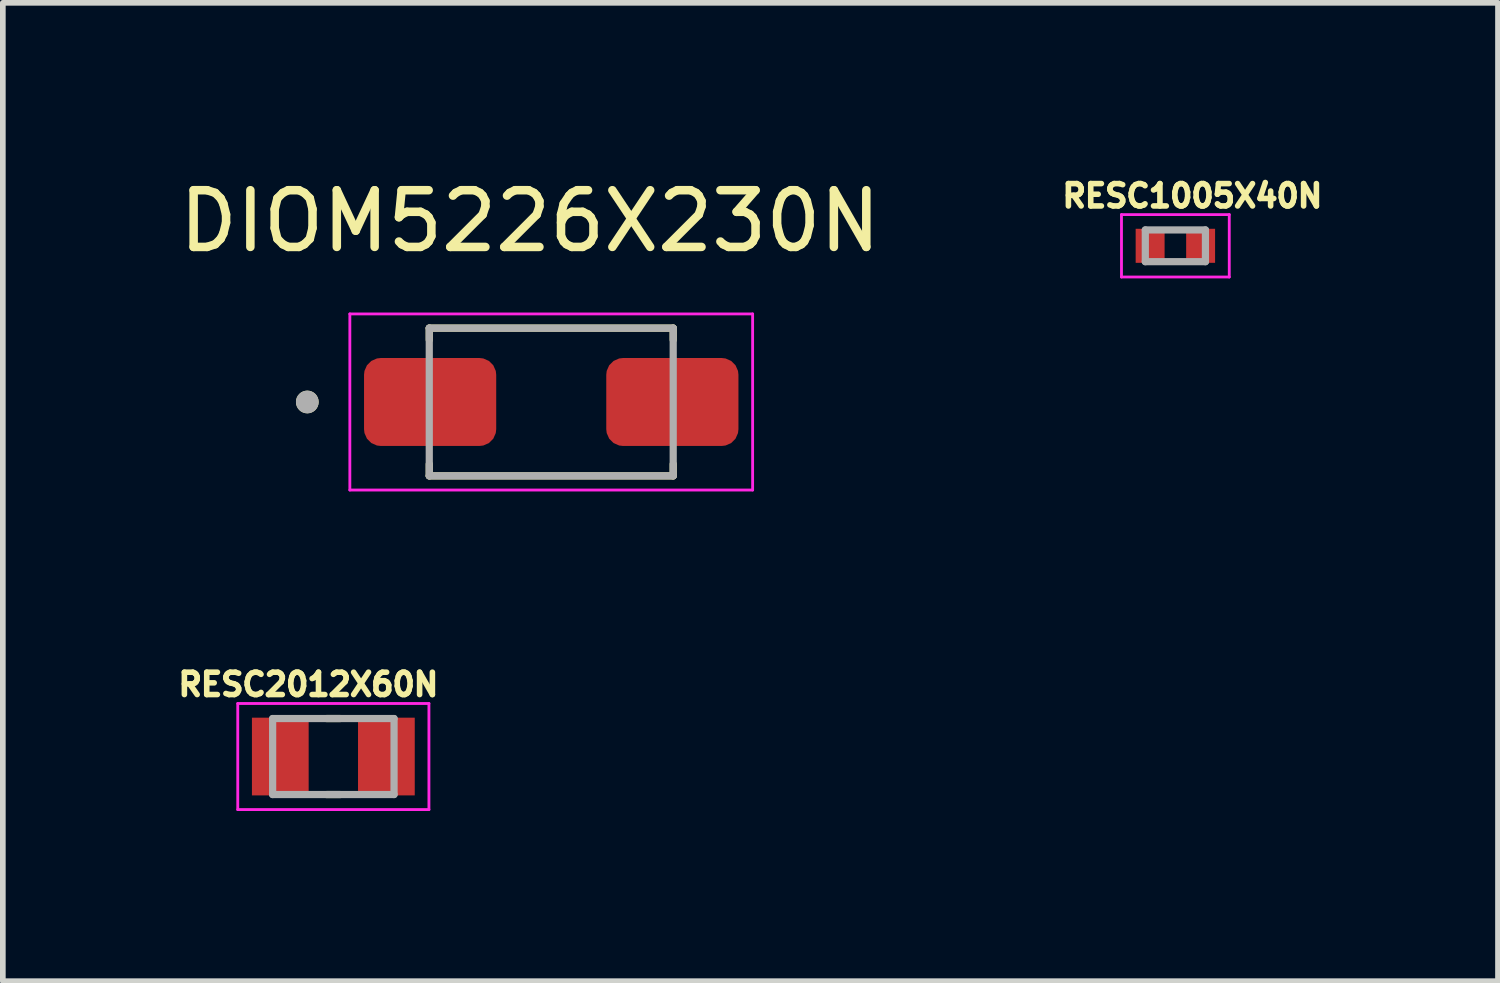
<source format=kicad_pcb>
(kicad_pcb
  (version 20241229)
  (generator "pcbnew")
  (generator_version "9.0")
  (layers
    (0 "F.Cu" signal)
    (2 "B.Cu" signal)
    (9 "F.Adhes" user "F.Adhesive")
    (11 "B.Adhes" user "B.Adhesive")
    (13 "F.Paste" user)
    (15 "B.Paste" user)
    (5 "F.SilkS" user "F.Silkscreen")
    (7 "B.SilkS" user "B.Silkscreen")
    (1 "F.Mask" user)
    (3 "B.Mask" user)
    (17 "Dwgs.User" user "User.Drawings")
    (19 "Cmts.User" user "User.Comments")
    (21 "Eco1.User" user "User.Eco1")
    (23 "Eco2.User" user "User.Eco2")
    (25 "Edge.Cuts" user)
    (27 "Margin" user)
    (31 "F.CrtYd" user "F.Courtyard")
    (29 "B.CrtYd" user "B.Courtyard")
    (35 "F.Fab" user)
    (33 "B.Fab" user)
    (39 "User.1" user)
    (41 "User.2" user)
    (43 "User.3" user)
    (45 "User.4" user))
  (footprint "RESC1005X40N"
    (layer "F.Cu")
    (at 17.669 1.283)
    (property "Reference" "RESC1005X40N" (at 0.3 -0.88 0) (layer "F.SilkS") (effects (font (size 0.394 0.394) (thickness 0.15))))
    (attr smd)
    (fp_line (start -0.95 -0.55) (end 0.95 -0.55) (stroke (width 0.05) (type solid)) (layer "F.CrtYd"))
    (fp_line (start -0.95 0.55) (end -0.95 -0.55) (stroke (width 0.05) (type solid)) (layer "F.CrtYd"))
    (fp_line (start -0.95 0.55) (end 0.95 0.55) (stroke (width 0.05) (type solid)) (layer "F.CrtYd"))
    (fp_line (start 0.95 0.55) (end 0.95 -0.55) (stroke (width 0.05) (type solid)) (layer "F.CrtYd"))
    (fp_line (start -0.53 0.28) (end -0.53 -0.28) (stroke (width 0.127) (type solid)) (layer "F.Fab"))
    (fp_line (start 0.53 -0.28) (end -0.53 -0.28) (stroke (width 0.127) (type solid)) (layer "F.Fab"))
    (fp_line (start 0.53 0.28) (end -0.53 0.28) (stroke (width 0.127) (type solid)) (layer "F.Fab"))
    (fp_line (start 0.53 0.28) (end 0.53 -0.28) (stroke (width 0.127) (type solid)) (layer "F.Fab"))
    (pad "1" smd rect (at -0.445 0) (size 0.51 0.6) (layers "F.Cu" "F.Mask" "F.Paste"))
    (pad "2" smd rect (at 0.445 0) (size 0.51 0.6) (layers "F.Cu" "F.Mask" "F.Paste")))
  (footprint "DIOM5226X230N"
    (layer "F.Cu")
    (at 6.667 4.036)
    (property "Reference" "DIOM5226X230N" (at -0.375 -3.188 0) (layer "F.SilkS") (effects (font (size 1 1) (thickness 0.15))))
    (attr smd)
    (fp_line (start -2.15 -1.302) (end 2.15 -1.302) (stroke (width 0.127) (type solid)) (layer "F.SilkS"))
    (fp_line (start -2.15 -1.095) (end -2.15 -1.302) (stroke (width 0.127) (type solid)) (layer "F.SilkS"))
    (fp_line (start -2.15 1.302) (end -2.15 1.095) (stroke (width 0.127) (type solid)) (layer "F.SilkS"))
    (fp_line (start 2.15 -1.302) (end 2.15 -1.095) (stroke (width 0.127) (type solid)) (layer "F.SilkS"))
    (fp_line (start 2.15 1.302) (end -2.15 1.302) (stroke (width 0.127) (type solid)) (layer "F.SilkS"))
    (fp_line (start 2.15 1.302) (end 2.15 1.095) (stroke (width 0.127) (type solid)) (layer "F.SilkS"))
    (fp_circle (center -4.3 0) (end -4.2 0) (stroke (width 0.2) (type solid)) (fill no) (layer "F.SilkS"))
    (fp_line (start -3.55 -1.552) (end -3.55 1.552) (stroke (width 0.05) (type solid)) (layer "F.CrtYd"))
    (fp_line (start -3.55 1.552) (end 3.55 1.552) (stroke (width 0.05) (type solid)) (layer "F.CrtYd"))
    (fp_line (start 3.55 -1.552) (end -3.55 -1.552) (stroke (width 0.05) (type solid)) (layer "F.CrtYd"))
    (fp_line (start 3.55 1.552) (end 3.55 -1.552) (stroke (width 0.05) (type solid)) (layer "F.CrtYd"))
    (fp_line (start -2.15 -1.302) (end 2.15 -1.302) (stroke (width 0.127) (type solid)) (layer "F.Fab"))
    (fp_line (start -2.15 1.302) (end -2.15 -1.302) (stroke (width 0.127) (type solid)) (layer "F.Fab"))
    (fp_line (start 2.15 -1.302) (end 2.15 1.302) (stroke (width 0.127) (type solid)) (layer "F.Fab"))
    (fp_line (start 2.15 1.302) (end -2.15 1.302) (stroke (width 0.127) (type solid)) (layer "F.Fab"))
    (fp_circle (center -4.3 0) (end -4.2 0) (stroke (width 0.2) (type solid)) (fill no) (layer "F.Fab"))
    (pad "1" smd roundrect (at -2.135 0) (size 2.33 1.55) (layers "F.Cu" "F.Mask" "F.Paste") (roundrect_rratio 0.19))
    (pad "2" smd roundrect (at 2.135 0) (size 2.33 1.55) (layers "F.Cu" "F.Mask" "F.Paste") (roundrect_rratio 0.19)))
  (footprint "RESC2012X60N"
    (layer "F.Cu")
    (at 2.826 10.286)
    (property "Reference" "RESC2012X60N" (at -0.44 -1.27 0) (layer "F.SilkS") (effects (font (size 0.394 0.394) (thickness 0.15))))
    (attr smd)
    (fp_line (start -0.12 -0.67) (end 0.12 -0.67) (stroke (width 0.127) (type solid)) (layer "F.SilkS"))
    (fp_line (start -0.12 0.67) (end 0.12 0.67) (stroke (width 0.127) (type solid)) (layer "F.SilkS"))
    (fp_line (start -1.685 -0.935) (end 1.685 -0.935) (stroke (width 0.05) (type solid)) (layer "F.CrtYd"))
    (fp_line (start -1.685 0.935) (end -1.685 -0.935) (stroke (width 0.05) (type solid)) (layer "F.CrtYd"))
    (fp_line (start -1.685 0.935) (end 1.685 0.935) (stroke (width 0.05) (type solid)) (layer "F.CrtYd"))
    (fp_line (start 1.685 0.935) (end 1.685 -0.935) (stroke (width 0.05) (type solid)) (layer "F.CrtYd"))
    (fp_line (start -1.07 0.67) (end -1.07 -0.67) (stroke (width 0.127) (type solid)) (layer "F.Fab"))
    (fp_line (start 1.07 -0.67) (end -1.07 -0.67) (stroke (width 0.127) (type solid)) (layer "F.Fab"))
    (fp_line (start 1.07 0.67) (end -1.07 0.67) (stroke (width 0.127) (type solid)) (layer "F.Fab"))
    (fp_line (start 1.07 0.67) (end 1.07 -0.67) (stroke (width 0.127) (type solid)) (layer "F.Fab"))
    (pad "1" smd rect (at -0.935 0) (size 1 1.37) (layers "F.Cu" "F.Mask" "F.Paste"))
    (pad "2" smd rect (at 0.935 0) (size 1 1.37) (layers "F.Cu" "F.Mask" "F.Paste")))
  (gr_rect
    (start -3 -3)
    (end 23.356 14.246)
    (stroke (width 0.1) (type default))
    (fill no)
    (layer "Edge.Cuts")))
</source>
